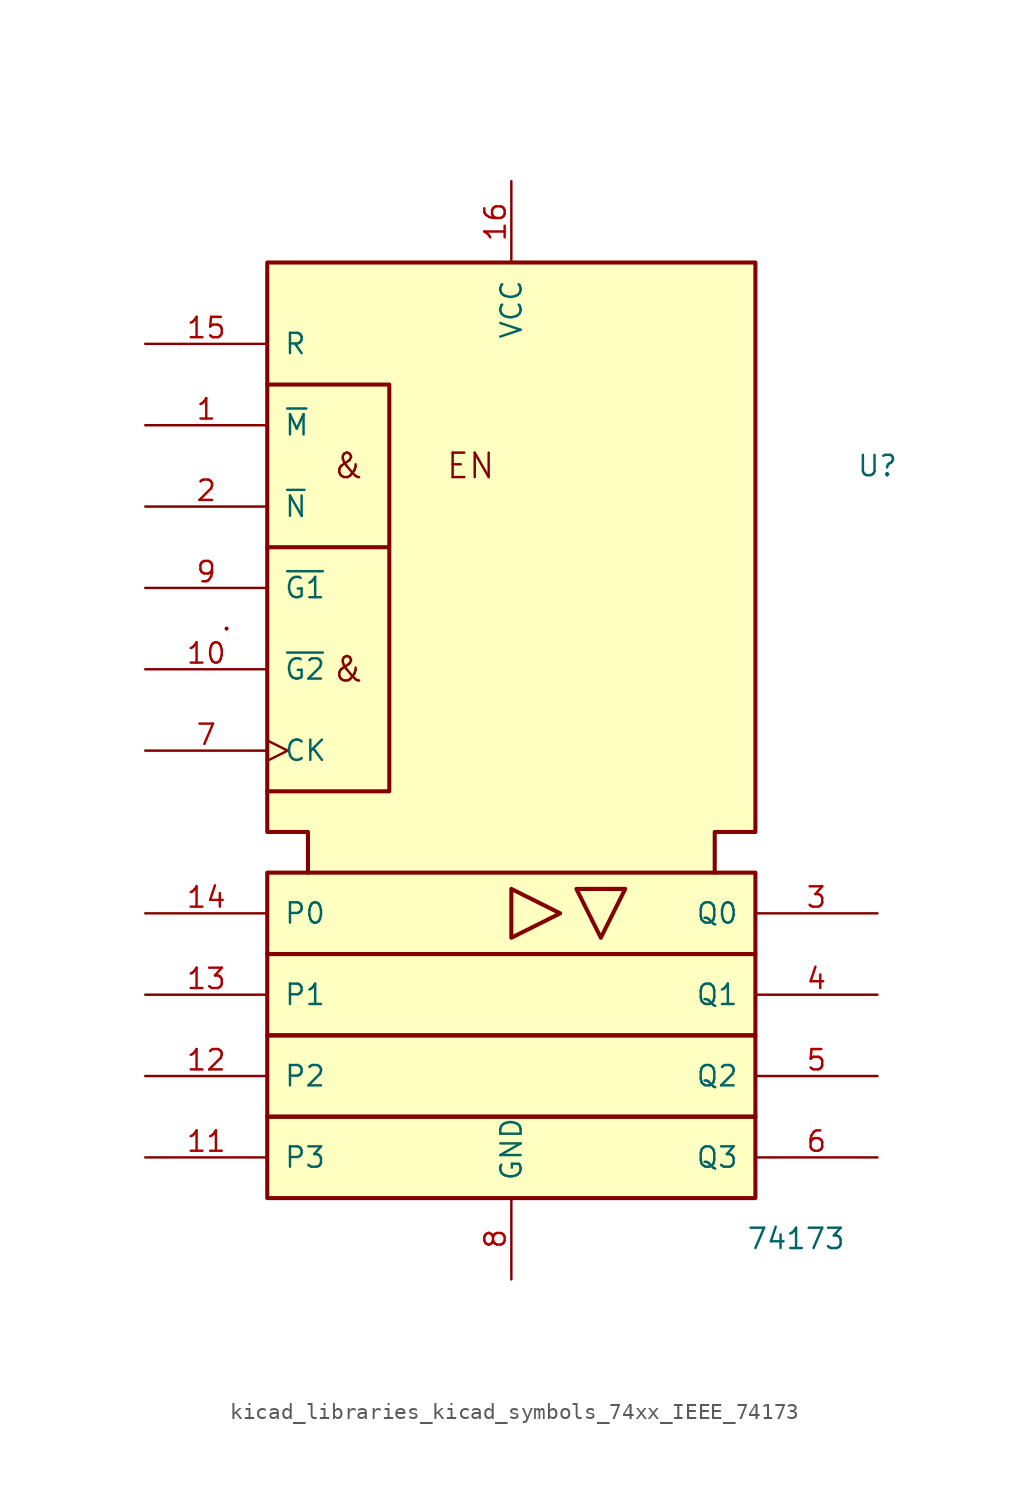
<source format=kicad_sym>
(kicad_symbol_lib
  (version 20220914)
  (generator kicad_symbol_editor)
  (symbol "kicad_libraries_kicad_symbols_74xx_IEEE_74173"
    (pin_names
      (offset 1.016))
    (property "Reference" "U"
      (at 22.86 15.24 0)
      (effects (font (size 1.27 1.27))))
    (property "Value" "74173"
      (at 17.78 -33.02 0)
      (effects (font (size 1.27 1.27))))
    (symbol "kicad_libraries_kicad_symbols_74xx_IEEE_74173_0_0"
      (polyline (pts (xy -17.78 5.08) (xy -17.78 5.08)) (stroke (width 0.254) (type default)) (fill (type background)))
      (polyline (pts (xy 0 -11.176) (xy 0 -14.224) (xy 3.048 -12.7) (xy 0 -11.176) (xy 0 -11.176)) (stroke (width 0.254) (type default)) (fill (type background)))
      (polyline (pts (xy 7.112 -11.176) (xy 4.064 -11.176) (xy 5.588 -14.224) (xy 7.112 -11.176) (xy 7.112 -11.176)) (stroke (width 0.254) (type default)) (fill (type background)))
      (polyline (pts (xy -15.24 20.32) (xy -7.62 20.32) (xy -7.62 10.16) (xy -15.24 10.16) (xy -7.62 10.16) (xy -7.62 -5.08) (xy -15.24 -5.08) (xy -15.24 -5.08)) (stroke (width 0.254) (type default)) (fill (type background)))
      (text "&" (at -10.16 2.54 0) (effects (font (size 1.524 1.524))))
      (text "&" (at -10.16 15.24 0) (effects (font (size 1.524 1.524))))
      (text "EN" (at -2.54 15.24 0) (effects (font (size 1.524 1.524))))
      (pin power_in line (at 0 33.02 270) (length 5.08) (name "VCC" (effects (font (size 1.27 1.27)))) (number "16" (effects (font (size 1.27 1.27)))))
      (pin power_in line (at 0 -35.56 90) (length 5.08) (name "GND" (effects (font (size 1.27 1.27)))) (number "8" (effects (font (size 1.27 1.27))))))
    (symbol "kicad_libraries_kicad_symbols_74xx_IEEE_74173_0_1"
      (rectangle (start -15.24 -25.4) (end 15.24 -30.48) (stroke (width 0.254) (type default)) (fill (type background)))
      (rectangle (start -15.24 -20.32) (end 15.24 -25.4) (stroke (width 0.254) (type default)) (fill (type background)))
      (rectangle (start -15.24 -15.24) (end 15.24 -20.32) (stroke (width 0.254) (type default)) (fill (type background)))
      (rectangle (start -15.24 -10.16) (end 15.24 -15.24) (stroke (width 0.254) (type default)) (fill (type background)))
      (polyline (pts (xy -12.7 -10.16) (xy -12.7 -7.62) (xy -15.24 -7.62) (xy -15.24 27.94) (xy 15.24 27.94) (xy 15.24 -7.62) (xy 12.7 -7.62) (xy 12.7 -10.16) (xy 12.7 -10.16)) (stroke (width 0.254) (type default)) (fill (type background))))
    (symbol "kicad_libraries_kicad_symbols_74xx_IEEE_74173_1_1"
      (pin input line (at -22.86 17.78 0) (length 7.62) (name "~{M}" (effects (font (size 1.27 1.27)))) (number "1" (effects (font (size 1.27 1.27)))))
      (pin input line (at -22.86 2.54 0) (length 7.62) (name "~{G2}" (effects (font (size 1.27 1.27)))) (number "10" (effects (font (size 1.27 1.27)))))
      (pin input line (at -22.86 -27.94 0) (length 7.62) (name "P3" (effects (font (size 1.27 1.27)))) (number "11" (effects (font (size 1.27 1.27)))))
      (pin input line (at -22.86 -22.86 0) (length 7.62) (name "P2" (effects (font (size 1.27 1.27)))) (number "12" (effects (font (size 1.27 1.27)))))
      (pin input line (at -22.86 -17.78 0) (length 7.62) (name "P1" (effects (font (size 1.27 1.27)))) (number "13" (effects (font (size 1.27 1.27)))))
      (pin input line (at -22.86 -12.7 0) (length 7.62) (name "P0" (effects (font (size 1.27 1.27)))) (number "14" (effects (font (size 1.27 1.27)))))
      (pin input line (at -22.86 22.86 0) (length 7.62) (name "R" (effects (font (size 1.27 1.27)))) (number "15" (effects (font (size 1.27 1.27)))))
      (pin input line (at -22.86 12.7 0) (length 7.62) (name "~{N}" (effects (font (size 1.27 1.27)))) (number "2" (effects (font (size 1.27 1.27)))))
      (pin output line (at 22.86 -12.7 180) (length 7.62) (name "Q0" (effects (font (size 1.27 1.27)))) (number "3" (effects (font (size 1.27 1.27)))))
      (pin output line (at 22.86 -17.78 180) (length 7.62) (name "Q1" (effects (font (size 1.27 1.27)))) (number "4" (effects (font (size 1.27 1.27)))))
      (pin output line (at 22.86 -22.86 180) (length 7.62) (name "Q2" (effects (font (size 1.27 1.27)))) (number "5" (effects (font (size 1.27 1.27)))))
      (pin output line (at 22.86 -27.94 180) (length 7.62) (name "Q3" (effects (font (size 1.27 1.27)))) (number "6" (effects (font (size 1.27 1.27)))))
      (pin input clock (at -22.86 -2.54 0) (length 7.62) (name "CK" (effects (font (size 1.27 1.27)))) (number "7" (effects (font (size 1.27 1.27)))))
      (pin input line (at -22.86 7.62 0) (length 7.62) (name "~{G1}" (effects (font (size 1.27 1.27)))) (number "9" (effects (font (size 1.27 1.27))))))))
</source>
